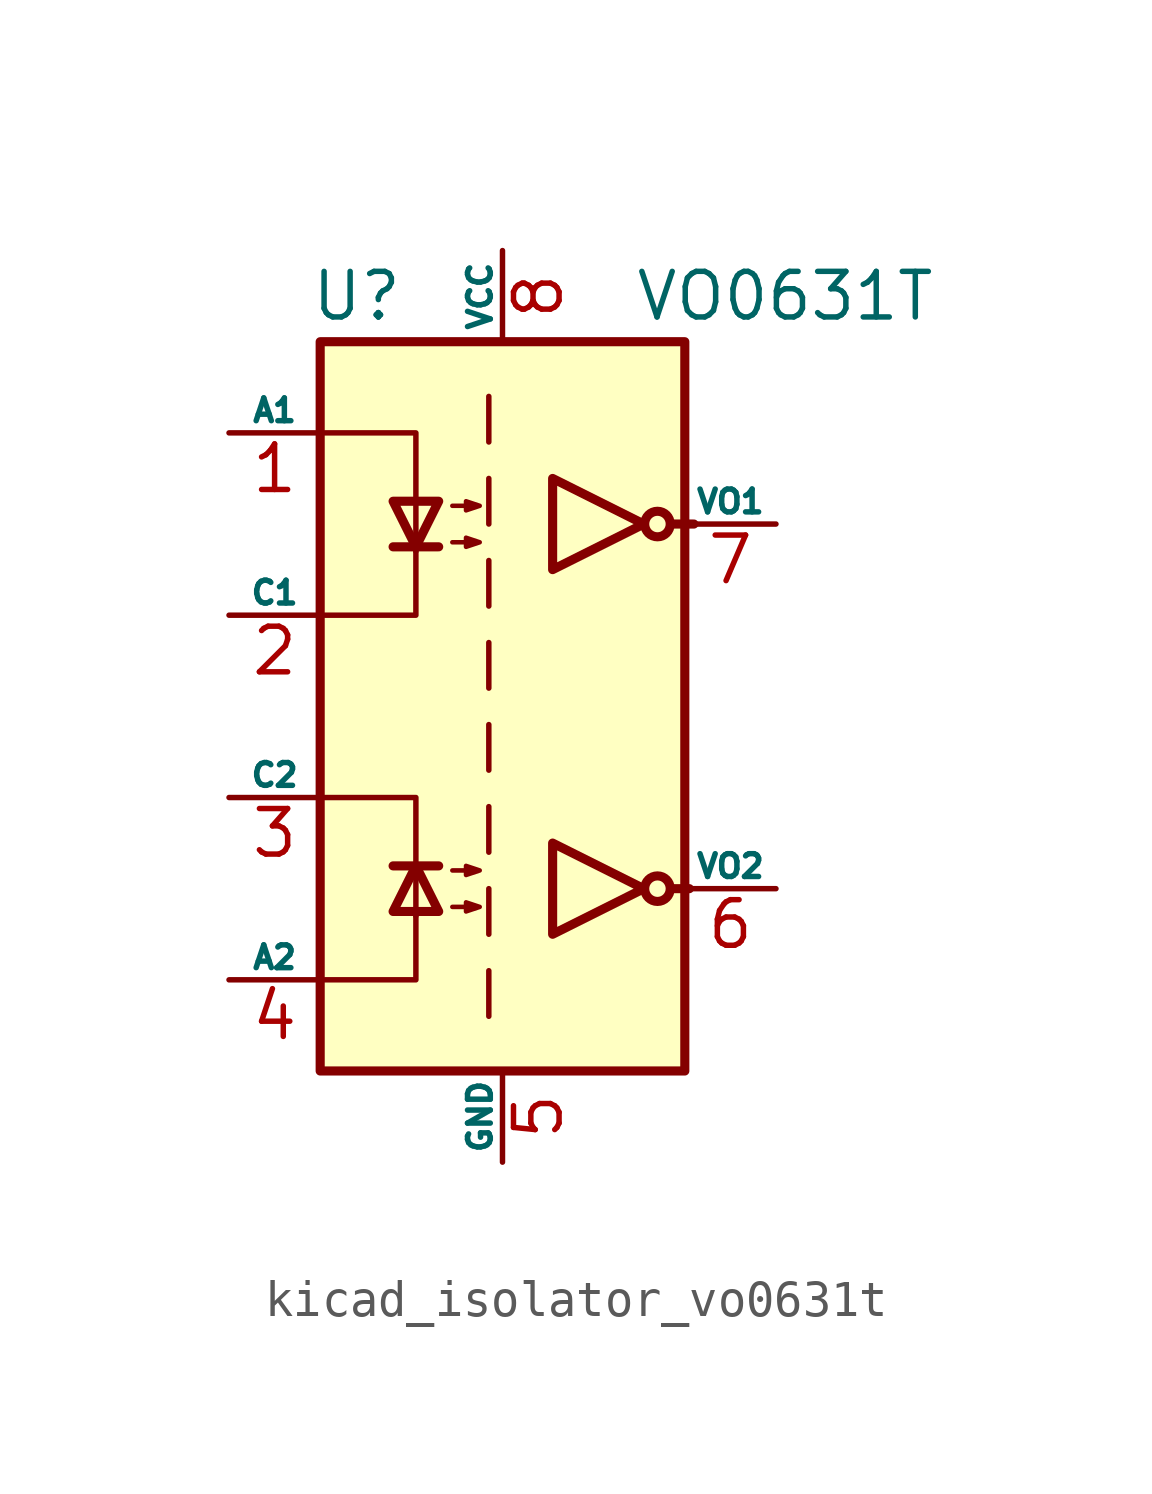
<source format=kicad_sym>
(kicad_symbol_lib
  (version 20220914)
  (generator kicad_symbol_editor)
  (symbol "kicad_isolator_vo0631t"
    (pin_names
      (offset 0))
    (property "Reference" "U"
      (at -4.064 11.43 0)
      (effects (font (size 1.27 1.27))))
    (property "Value" "VO0631T"
      (at 7.874 11.43 0)
      (effects (font (size 1.27 1.27))))
    (symbol "kicad_isolator_vo0631t_0_1"
      (rectangle (start -5.08 10.16) (end 5.08 -10.16) (stroke (width 0.254) (type default)) (fill (type background))))
    (symbol "kicad_isolator_vo0631t_1_1"
      (polyline (pts (xy -3.048 -4.445) (xy -1.778 -4.445)) (stroke (width 0.254) (type default)) (fill (type none)))
      (polyline (pts (xy -3.048 4.445) (xy -1.778 4.445)) (stroke (width 0.254) (type default)) (fill (type none)))
      (polyline (pts (xy -0.381 -7.366) (xy -0.381 -8.636)) (stroke (width 0) (type default)) (fill (type none)))
      (polyline (pts (xy -0.381 -5.08) (xy -0.381 -6.35)) (stroke (width 0) (type default)) (fill (type none)))
      (polyline (pts (xy -0.381 -2.794) (xy -0.381 -4.064)) (stroke (width 0) (type default)) (fill (type none)))
      (polyline (pts (xy -0.381 -0.508) (xy -0.381 -1.778)) (stroke (width 0) (type default)) (fill (type none)))
      (polyline (pts (xy -0.381 1.778) (xy -0.381 0.508)) (stroke (width 0) (type default)) (fill (type none)))
      (polyline (pts (xy -0.381 4.064) (xy -0.381 2.794)) (stroke (width 0) (type default)) (fill (type none)))
      (polyline (pts (xy -0.381 6.35) (xy -0.381 5.08)) (stroke (width 0) (type default)) (fill (type none)))
      (polyline (pts (xy -0.381 8.636) (xy -0.381 7.366)) (stroke (width 0) (type default)) (fill (type none)))
      (polyline (pts (xy 4.699 -5.08) (xy 5.207 -5.08)) (stroke (width 0.254) (type default)) (fill (type none)))
      (polyline (pts (xy 4.699 5.08) (xy 5.334 5.08)) (stroke (width 0.254) (type default)) (fill (type none)))
      (polyline (pts (xy -4.953 -7.62) (xy -2.413 -7.62) (xy -2.413 -5.715)) (stroke (width 0) (type default)) (fill (type none)))
      (polyline (pts (xy -4.953 7.62) (xy -2.413 7.62) (xy -2.413 4.318)) (stroke (width 0) (type default)) (fill (type none)))
      (polyline (pts (xy -2.413 -5.842) (xy -2.413 -2.54) (xy -4.953 -2.54)) (stroke (width 0) (type default)) (fill (type none)))
      (polyline (pts (xy -2.413 4.445) (xy -2.413 2.54) (xy -4.953 2.54)) (stroke (width 0) (type default)) (fill (type none)))
      (polyline (pts (xy -2.413 -4.445) (xy -3.048 -5.715) (xy -1.778 -5.715) (xy -2.413 -4.445)) (stroke (width 0.254) (type default)) (fill (type none)))
      (polyline (pts (xy -2.413 4.445) (xy -3.048 5.715) (xy -1.778 5.715) (xy -2.413 4.445)) (stroke (width 0.254) (type default)) (fill (type none)))
      (polyline (pts (xy 3.937 -5.08) (xy 1.397 -3.81) (xy 1.397 -6.35) (xy 3.937 -5.08)) (stroke (width 0.254) (type default)) (fill (type none)))
      (polyline (pts (xy 3.937 5.08) (xy 1.397 6.35) (xy 1.397 3.81) (xy 3.937 5.08)) (stroke (width 0.254) (type default)) (fill (type none)))
      (polyline (pts (xy -1.397 -5.588) (xy -0.635 -5.588) (xy -1.016 -5.715) (xy -1.016 -5.461) (xy -0.635 -5.588)) (stroke (width 0.127) (type default)) (fill (type none)))
      (polyline (pts (xy -1.397 -4.572) (xy -0.635 -4.572) (xy -1.016 -4.699) (xy -1.016 -4.445) (xy -0.635 -4.572)) (stroke (width 0.127) (type default)) (fill (type none)))
      (polyline (pts (xy -1.397 4.572) (xy -0.635 4.572) (xy -1.016 4.445) (xy -1.016 4.699) (xy -0.635 4.572)) (stroke (width 0.127) (type default)) (fill (type none)))
      (polyline (pts (xy -1.397 5.588) (xy -0.635 5.588) (xy -1.016 5.461) (xy -1.016 5.715) (xy -0.635 5.588)) (stroke (width 0.127) (type default)) (fill (type none)))
      (circle (center 4.318 -5.08) (radius 0.356) (stroke (width 0.254) (type default)) (fill (type none)))
      (circle (center 4.318 5.08) (radius 0.356) (stroke (width 0.254) (type default)) (fill (type none)))
      (pin passive line (at -7.62 7.62 0) (length 2.54) (name "A1" (effects (font (size 0.635 0.635)))) (number "1" (effects (font (size 1.27 1.27)))))
      (pin passive line (at -7.62 2.54 0) (length 2.54) (name "C1" (effects (font (size 0.635 0.635)))) (number "2" (effects (font (size 1.27 1.27)))))
      (pin passive line (at -7.62 -2.54 0) (length 2.54) (name "C2" (effects (font (size 0.635 0.635)))) (number "3" (effects (font (size 1.27 1.27)))))
      (pin passive line (at -7.62 -7.62 0) (length 2.54) (name "A2" (effects (font (size 0.635 0.635)))) (number "4" (effects (font (size 1.27 1.27)))))
      (pin power_in line (at 0 -12.7 90) (length 2.54) (name "GND" (effects (font (size 0.635 0.635)))) (number "5" (effects (font (size 1.27 1.27)))))
      (pin open_collector line (at 7.62 -5.08 180) (length 2.54) (name "VO2" (effects (font (size 0.635 0.635)))) (number "6" (effects (font (size 1.27 1.27)))))
      (pin open_collector line (at 7.62 5.08 180) (length 2.54) (name "VO1" (effects (font (size 0.635 0.635)))) (number "7" (effects (font (size 1.27 1.27)))))
      (pin power_in line (at 0 12.7 270) (length 2.54) (name "VCC" (effects (font (size 0.635 0.635)))) (number "8" (effects (font (size 1.27 1.27))))))))
</source>
